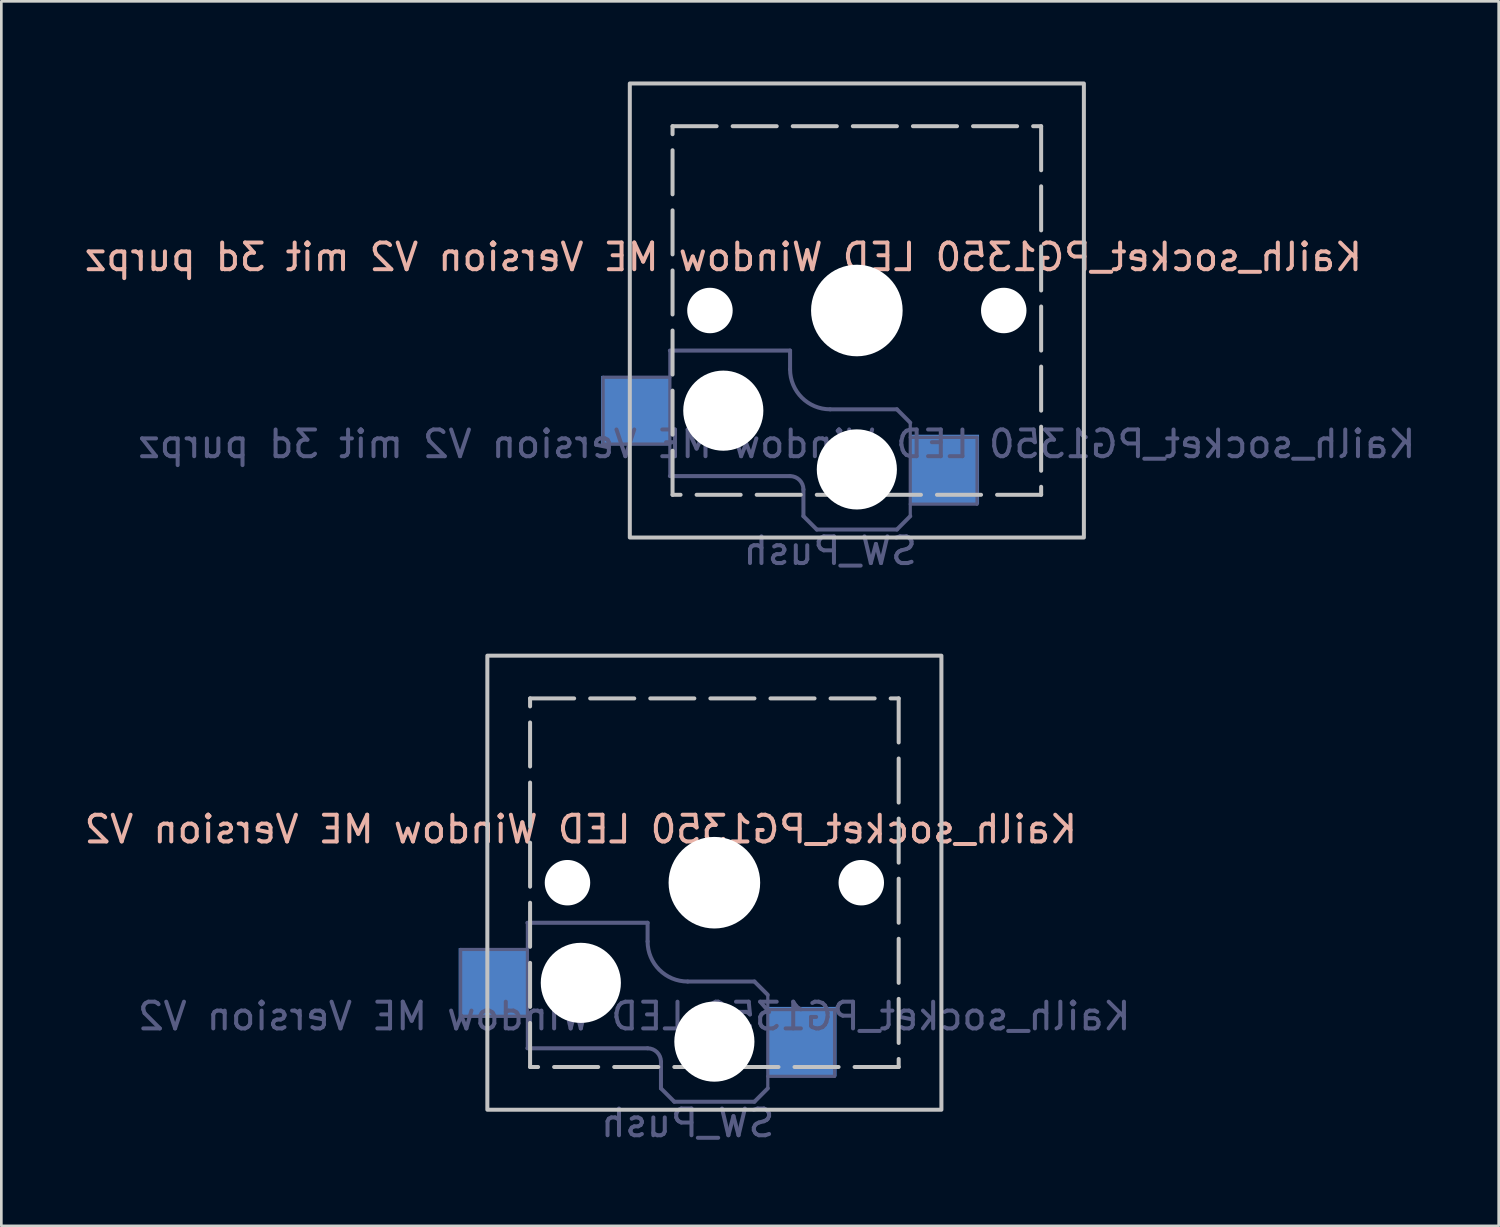
<source format=kicad_pcb>
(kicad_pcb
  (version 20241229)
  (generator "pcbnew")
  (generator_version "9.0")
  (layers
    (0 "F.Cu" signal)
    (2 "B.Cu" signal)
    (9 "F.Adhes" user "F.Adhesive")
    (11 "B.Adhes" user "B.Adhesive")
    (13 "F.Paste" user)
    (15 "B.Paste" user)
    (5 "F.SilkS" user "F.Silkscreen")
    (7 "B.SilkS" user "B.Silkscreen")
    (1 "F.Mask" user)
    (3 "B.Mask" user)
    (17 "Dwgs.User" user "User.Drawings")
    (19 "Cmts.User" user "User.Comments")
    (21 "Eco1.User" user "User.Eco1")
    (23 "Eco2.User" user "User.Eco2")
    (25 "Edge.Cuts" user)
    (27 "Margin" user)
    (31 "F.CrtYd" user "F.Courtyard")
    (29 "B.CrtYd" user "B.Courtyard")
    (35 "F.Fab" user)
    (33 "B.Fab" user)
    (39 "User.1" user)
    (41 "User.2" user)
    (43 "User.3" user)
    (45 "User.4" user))
  (footprint "Kailh_socket_PG1350 LED Window ME Version V2 mit 3d purpz"
    (layer "F.Cu")
    (at 29.03 8.575)
    (property "Reference" "Kailh_socket_PG1350 LED Window ME Version V2 mit 3d purpz" (at -5 -2 180) (layer "B.SilkS") (effects (font (size 1 1) (thickness 0.15)) (justify mirror)))
    (property "Value" "SW_Push" (at 0 8.255 180) (layer "F.Fab") (hide yes) (effects (font (size 1 1) (thickness 0.15))))
    (attr smd)
    (fp_rect (start -8.5 -8.5) (end 8.5 8.5) (stroke (width 0.15) (type default)) (fill no) (layer "Dwgs.User"))
    (fp_rect (start -6.9 -6.9) (end 6.9 6.9) (stroke (width 0.15) (type dash)) (fill no) (layer "Dwgs.User"))
    (fp_line (start -2.6 -3.1) (end -2.6 -6.3) (stroke (width 0.15) (type solid)) (layer "Eco2.User"))
    (fp_line (start -2.6 -3.1) (end 2.6 -3.1) (stroke (width 0.15) (type solid)) (layer "Eco2.User"))
    (fp_line (start 2.6 -6.3) (end -2.6 -6.3) (stroke (width 0.15) (type solid)) (layer "Eco2.User"))
    (fp_line (start 2.6 -3.1) (end 2.6 -6.3) (stroke (width 0.15) (type solid)) (layer "Eco2.User"))
    (fp_line (start -9.5 2.5) (end -7 2.5) (stroke (width 0.12) (type solid)) (layer "B.Fab"))
    (fp_line (start -9.5 5) (end -9.5 2.5) (stroke (width 0.12) (type solid)) (layer "B.Fab"))
    (fp_line (start -7 1.5) (end -7 6.2) (stroke (width 0.12) (type solid)) (layer "B.Fab"))
    (fp_line (start -7 5) (end -9.5 5) (stroke (width 0.12) (type solid)) (layer "B.Fab"))
    (fp_line (start -7 6.2) (end -2.5 6.2) (stroke (width 0.15) (type solid)) (layer "B.Fab"))
    (fp_line (start -2.5 1.5) (end -7 1.5) (stroke (width 0.15) (type solid)) (layer "B.Fab"))
    (fp_line (start -2.5 2.2) (end -2.5 1.5) (stroke (width 0.15) (type solid)) (layer "B.Fab"))
    (fp_line (start -2 6.7) (end -2 7.7) (stroke (width 0.15) (type solid)) (layer "B.Fab"))
    (fp_line (start -1.5 8.2) (end -2 7.7) (stroke (width 0.15) (type solid)) (layer "B.Fab"))
    (fp_line (start 1.5 3.7) (end -1 3.7) (stroke (width 0.15) (type solid)) (layer "B.Fab"))
    (fp_line (start 1.5 8.2) (end -1.5 8.2) (stroke (width 0.15) (type solid)) (layer "B.Fab"))
    (fp_line (start 2 4.2) (end 1.5 3.7) (stroke (width 0.15) (type solid)) (layer "B.Fab"))
    (fp_line (start 2 4.25) (end 2 7.7) (stroke (width 0.12) (type solid)) (layer "B.Fab"))
    (fp_line (start 2 4.75) (end 4.5 4.75) (stroke (width 0.12) (type solid)) (layer "B.Fab"))
    (fp_line (start 2 7.7) (end 1.5 8.2) (stroke (width 0.15) (type solid)) (layer "B.Fab"))
    (fp_line (start 4.5 4.75) (end 4.5 7.25) (stroke (width 0.12) (type solid)) (layer "B.Fab"))
    (fp_line (start 4.5 7.25) (end 2 7.25) (stroke (width 0.12) (type solid)) (layer "B.Fab"))
    (fp_arc (start -2.5 6.2) (mid -2.146447 6.346447) (end -2 6.7) (stroke (width 0.15) (type solid)) (layer "B.Fab"))
    (fp_arc (start -1 3.7) (mid -2.06066 3.26066) (end -2.5 2.2) (stroke (width 0.15) (type solid)) (layer "B.Fab"))
    (fp_text user "${VALUE}" (at -1 9 180) (layer "B.Fab") (effects (font (size 1 1) (thickness 0.15)) (justify mirror)))
    (fp_text user "${REFERENCE}" (at -3 5 180) (layer "B.Fab") (effects (font (size 1 1) (thickness 0.15)) (justify mirror)))
    (pad "" np_thru_hole circle (at -5.5 0) (size 1.702 1.702) (drill 1.702) (layers "*.Cu" "*.Mask"))
    (pad "" np_thru_hole circle (at -5 3.75) (size 3 3) (drill 3) (layers "*.Cu" "*.Mask"))
    (pad "" np_thru_hole circle (at 0 0) (size 3.429 3.429) (drill 3.429) (layers "*.Cu" "*.Mask"))
    (pad "" np_thru_hole circle (at 0 5.95) (size 3 3) (drill 3) (layers "*.Cu" "*.Mask"))
    (pad "" np_thru_hole circle (at 5.5 0) (size 1.702 1.702) (drill 1.702) (layers "*.Cu" "*.Mask"))
    (pad "1" smd rect (at 3.275 5.95) (size 2.6 2.6) (layers "B.Cu" "B.Mask" "B.Paste"))
    (pad "2" smd rect (at -8.275 3.75) (size 2.6 2.6) (layers "B.Cu" "B.Mask" "B.Paste")))
  (footprint "Kailh_socket_PG1350 LED Window ME Version V2"
    (layer "F.Cu")
    (at 23.696 29.998)
    (property "Reference" "Kailh_socket_PG1350 LED Window ME Version V2" (at -5 -2 180) (layer "B.SilkS") (effects (font (size 1 1) (thickness 0.15)) (justify mirror)))
    (property "Value" "SW_Push" (at 0 8.255 180) (layer "F.Fab") (hide yes) (effects (font (size 1 1) (thickness 0.15))))
    (attr smd)
    (fp_rect (start -8.5 -8.5) (end 8.5 8.5) (stroke (width 0.15) (type default)) (fill no) (layer "Dwgs.User"))
    (fp_rect (start -6.9 -6.9) (end 6.9 6.9) (stroke (width 0.15) (type dash)) (fill no) (layer "Dwgs.User"))
    (fp_line (start -2.6 -3.1) (end -2.6 -6.3) (stroke (width 0.15) (type solid)) (layer "Eco2.User"))
    (fp_line (start -2.6 -3.1) (end 2.6 -3.1) (stroke (width 0.15) (type solid)) (layer "Eco2.User"))
    (fp_line (start 2.6 -6.3) (end -2.6 -6.3) (stroke (width 0.15) (type solid)) (layer "Eco2.User"))
    (fp_line (start 2.6 -3.1) (end 2.6 -6.3) (stroke (width 0.15) (type solid)) (layer "Eco2.User"))
    (fp_line (start -9.5 2.5) (end -7 2.5) (stroke (width 0.12) (type solid)) (layer "B.Fab"))
    (fp_line (start -9.5 5) (end -9.5 2.5) (stroke (width 0.12) (type solid)) (layer "B.Fab"))
    (fp_line (start -7 1.5) (end -7 6.2) (stroke (width 0.12) (type solid)) (layer "B.Fab"))
    (fp_line (start -7 5) (end -9.5 5) (stroke (width 0.12) (type solid)) (layer "B.Fab"))
    (fp_line (start -7 6.2) (end -2.5 6.2) (stroke (width 0.15) (type solid)) (layer "B.Fab"))
    (fp_line (start -2.5 1.5) (end -7 1.5) (stroke (width 0.15) (type solid)) (layer "B.Fab"))
    (fp_line (start -2.5 2.2) (end -2.5 1.5) (stroke (width 0.15) (type solid)) (layer "B.Fab"))
    (fp_line (start -2 6.7) (end -2 7.7) (stroke (width 0.15) (type solid)) (layer "B.Fab"))
    (fp_line (start -1.5 8.2) (end -2 7.7) (stroke (width 0.15) (type solid)) (layer "B.Fab"))
    (fp_line (start 1.5 3.7) (end -1 3.7) (stroke (width 0.15) (type solid)) (layer "B.Fab"))
    (fp_line (start 1.5 8.2) (end -1.5 8.2) (stroke (width 0.15) (type solid)) (layer "B.Fab"))
    (fp_line (start 2 4.2) (end 1.5 3.7) (stroke (width 0.15) (type solid)) (layer "B.Fab"))
    (fp_line (start 2 4.25) (end 2 7.7) (stroke (width 0.12) (type solid)) (layer "B.Fab"))
    (fp_line (start 2 4.75) (end 4.5 4.75) (stroke (width 0.12) (type solid)) (layer "B.Fab"))
    (fp_line (start 2 7.7) (end 1.5 8.2) (stroke (width 0.15) (type solid)) (layer "B.Fab"))
    (fp_line (start 4.5 4.75) (end 4.5 7.25) (stroke (width 0.12) (type solid)) (layer "B.Fab"))
    (fp_line (start 4.5 7.25) (end 2 7.25) (stroke (width 0.12) (type solid)) (layer "B.Fab"))
    (fp_arc (start -2.5 6.2) (mid -2.146447 6.346447) (end -2 6.7) (stroke (width 0.15) (type solid)) (layer "B.Fab"))
    (fp_arc (start -1 3.7) (mid -2.06066 3.26066) (end -2.5 2.2) (stroke (width 0.15) (type solid)) (layer "B.Fab"))
    (fp_text user "${REFERENCE}" (at -3 5 180) (layer "B.Fab") (effects (font (size 1 1) (thickness 0.15)) (justify mirror)))
    (fp_text user "${VALUE}" (at -1 9 180) (layer "B.Fab") (effects (font (size 1 1) (thickness 0.15)) (justify mirror)))
    (pad "" np_thru_hole circle (at -5.5 0) (size 1.702 1.702) (drill 1.702) (layers "*.Cu" "*.Mask"))
    (pad "" np_thru_hole circle (at -5 3.75) (size 3 3) (drill 3) (layers "*.Cu" "*.Mask"))
    (pad "" np_thru_hole circle (at 0 0) (size 3.429 3.429) (drill 3.429) (layers "*.Cu" "*.Mask"))
    (pad "" np_thru_hole circle (at 0 5.95) (size 3 3) (drill 3) (layers "*.Cu" "*.Mask"))
    (pad "" np_thru_hole circle (at 5.5 0) (size 1.702 1.702) (drill 1.702) (layers "*.Cu" "*.Mask"))
    (pad "1" smd rect (at 3.275 5.95) (size 2.6 2.6) (layers "B.Cu" "B.Mask" "B.Paste"))
    (pad "2" smd rect (at -8.275 3.75) (size 2.6 2.6) (layers "B.Cu" "B.Mask" "B.Paste")))
  (gr_rect
    (start -3 -3)
    (end 53.06 42.846)
    (stroke (width 0.1) (type default))
    (fill no)
    (layer "Edge.Cuts")))
</source>
